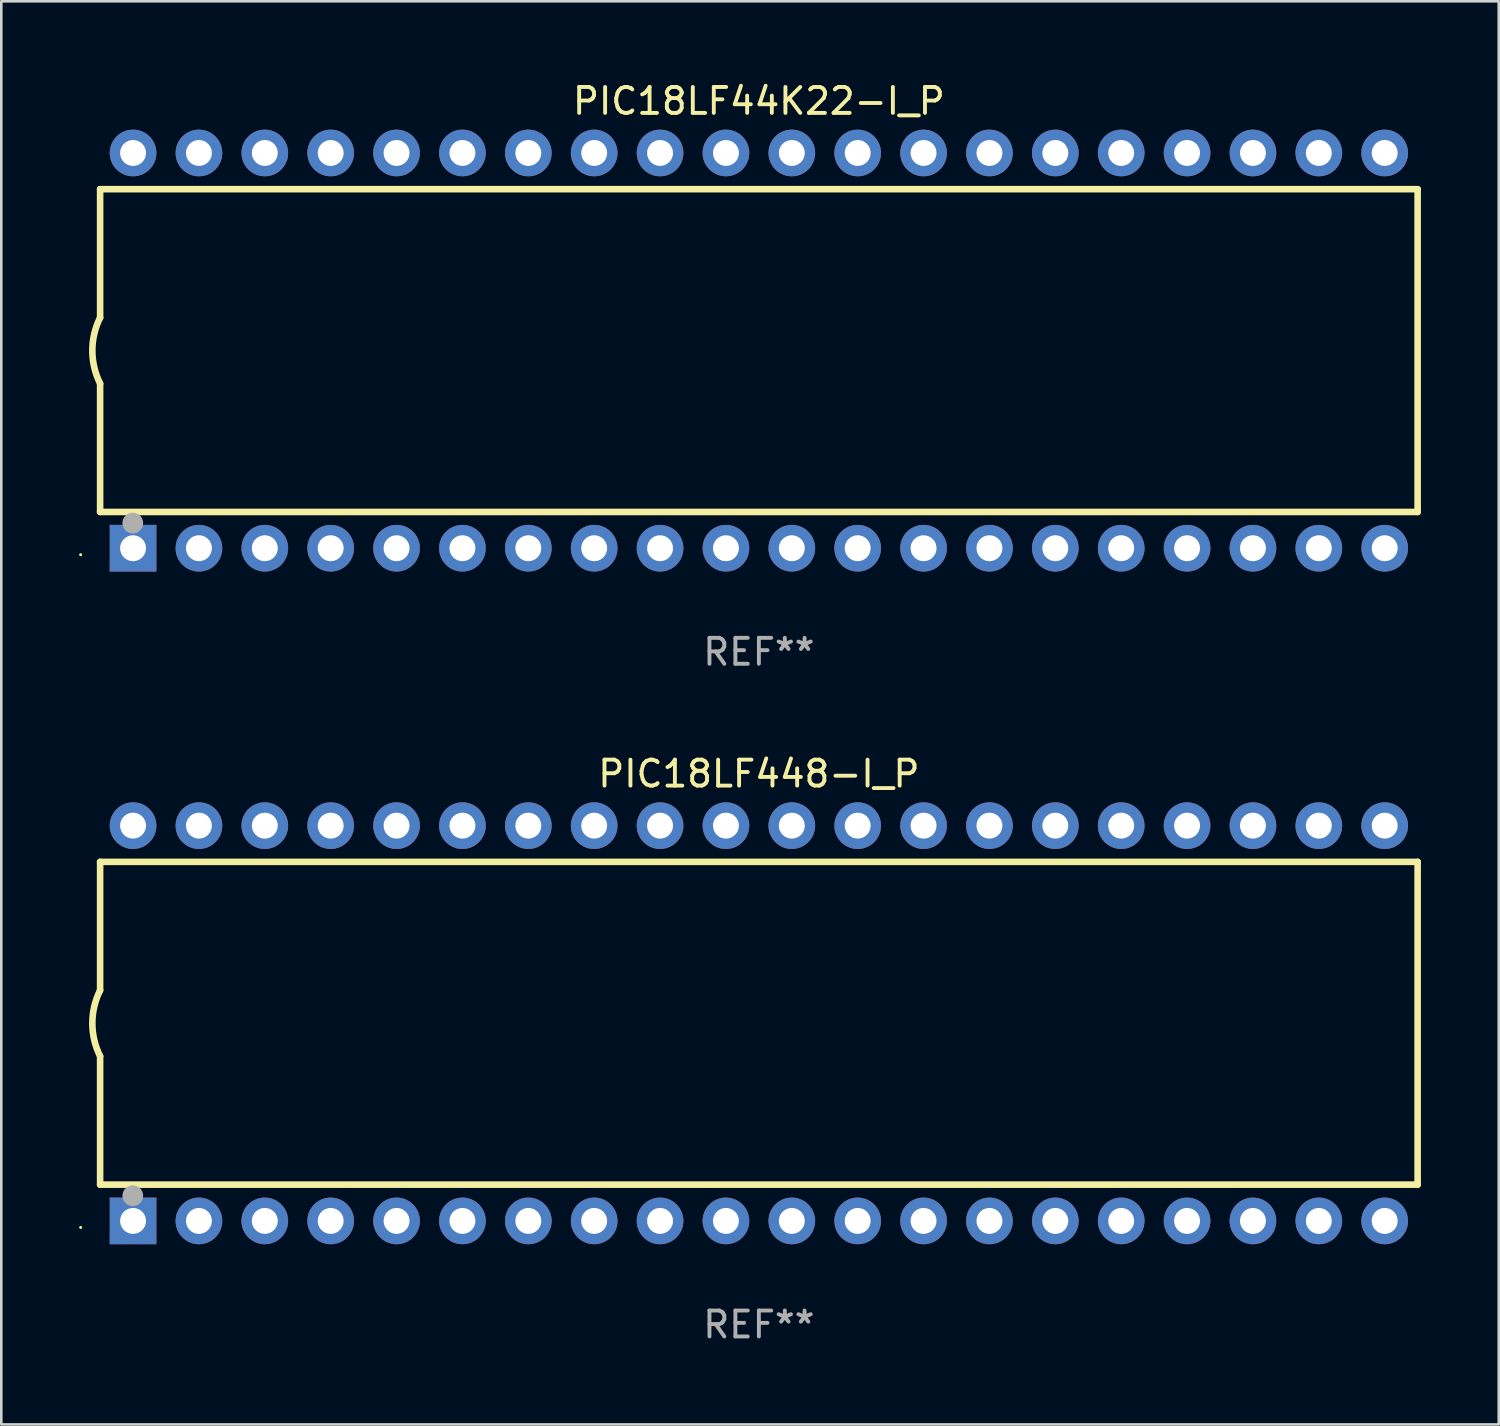
<source format=kicad_pcb>
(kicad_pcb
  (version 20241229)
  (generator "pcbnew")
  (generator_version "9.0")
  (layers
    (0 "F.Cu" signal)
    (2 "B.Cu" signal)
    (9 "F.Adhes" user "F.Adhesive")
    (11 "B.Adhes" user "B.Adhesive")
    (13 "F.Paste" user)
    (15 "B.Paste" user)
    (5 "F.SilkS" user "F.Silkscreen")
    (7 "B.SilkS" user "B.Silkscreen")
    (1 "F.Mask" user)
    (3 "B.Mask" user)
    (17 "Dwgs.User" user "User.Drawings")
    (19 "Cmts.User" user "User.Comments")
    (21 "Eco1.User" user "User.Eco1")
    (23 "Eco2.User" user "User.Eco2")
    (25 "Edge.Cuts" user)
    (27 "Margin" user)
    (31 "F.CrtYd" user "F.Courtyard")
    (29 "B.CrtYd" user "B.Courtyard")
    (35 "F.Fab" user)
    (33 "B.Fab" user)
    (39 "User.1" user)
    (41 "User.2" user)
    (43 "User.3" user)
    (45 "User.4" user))
  (footprint "PIC18LF44K22-I_P"
    (layer "F.Cu")
    (at 26.21 10.468)
    (property "Reference" "PIC18LF44K22-I_P" (at 0 -9.62 0) (layer "F.SilkS") (effects (font (size 1 1) (thickness 0.15))))
    (attr through_hole)
    (fp_line (start -25.4 -6.224) (end -25.4 -1.271) (stroke (width 0.254) (type solid)) (layer "F.SilkS"))
    (fp_line (start -25.4 -6.224) (end 25.4 -6.224) (stroke (width 0.254) (type solid)) (layer "F.SilkS"))
    (fp_line (start -25.4 1.269) (end -25.4 6.222) (stroke (width 0.254) (type solid)) (layer "F.SilkS"))
    (fp_line (start -25.4 6.222) (end 25.4 6.222) (stroke (width 0.254) (type solid)) (layer "F.SilkS"))
    (fp_line (start 25.4 6.222) (end 25.4 -6.224) (stroke (width 0.254) (type solid)) (layer "F.SilkS"))
    (fp_arc (start -25.4 1.269241) (mid -25.699807 -0.000762) (end -25.4 -1.270765) (stroke (width 0.254001) (type solid)) (layer "F.SilkS"))
    (fp_circle (center -26.15 7.87) (end -26.12 7.87) (stroke (width 0.06) (type solid)) (fill no) (layer "F.SilkS"))
    (fp_circle (center -24.14 6.65) (end -23.94 6.65) (stroke (width 0.4) (type solid)) (fill no) (layer "F.Fab"))
    (fp_text user "REF**" (at 0 11.62 0) (layer "F.Fab") (effects (font (size 1 1) (thickness 0.15))))
    (pad "1" thru_hole rect (at -24.13 7.62 90) (size 1.8 1.8) (drill 1) (layers "*.Cu" "*.Mask"))
    (pad "2" thru_hole circle (at -21.59 7.62) (size 1.8 1.8) (drill 1) (layers "*.Cu" "*.Mask"))
    (pad "3" thru_hole circle (at -19.05 7.62) (size 1.8 1.8) (drill 1) (layers "*.Cu" "*.Mask"))
    (pad "4" thru_hole circle (at -16.51 7.62) (size 1.8 1.8) (drill 1) (layers "*.Cu" "*.Mask"))
    (pad "5" thru_hole circle (at -13.97 7.62) (size 1.8 1.8) (drill 1) (layers "*.Cu" "*.Mask"))
    (pad "6" thru_hole circle (at -11.43 7.62) (size 1.8 1.8) (drill 1) (layers "*.Cu" "*.Mask"))
    (pad "7" thru_hole circle (at -8.89 7.62) (size 1.8 1.8) (drill 1) (layers "*.Cu" "*.Mask"))
    (pad "8" thru_hole circle (at -6.35 7.62) (size 1.8 1.8) (drill 1) (layers "*.Cu" "*.Mask"))
    (pad "9" thru_hole circle (at -3.81 7.62) (size 1.8 1.8) (drill 1) (layers "*.Cu" "*.Mask"))
    (pad "10" thru_hole circle (at -1.27 7.62) (size 1.8 1.8) (drill 1) (layers "*.Cu" "*.Mask"))
    (pad "11" thru_hole circle (at 1.27 7.62) (size 1.8 1.8) (drill 1) (layers "*.Cu" "*.Mask"))
    (pad "12" thru_hole circle (at 3.81 7.62) (size 1.8 1.8) (drill 1) (layers "*.Cu" "*.Mask"))
    (pad "13" thru_hole circle (at 6.35 7.62) (size 1.8 1.8) (drill 1) (layers "*.Cu" "*.Mask"))
    (pad "14" thru_hole circle (at 8.89 7.62) (size 1.8 1.8) (drill 1) (layers "*.Cu" "*.Mask"))
    (pad "15" thru_hole circle (at 11.43 7.62) (size 1.8 1.8) (drill 1) (layers "*.Cu" "*.Mask"))
    (pad "16" thru_hole circle (at 13.97 7.62) (size 1.8 1.8) (drill 1) (layers "*.Cu" "*.Mask"))
    (pad "17" thru_hole circle (at 16.51 7.62) (size 1.8 1.8) (drill 1) (layers "*.Cu" "*.Mask"))
    (pad "18" thru_hole circle (at 19.05 7.62) (size 1.8 1.8) (drill 1) (layers "*.Cu" "*.Mask"))
    (pad "19" thru_hole circle (at 21.59 7.62) (size 1.8 1.8) (drill 1) (layers "*.Cu" "*.Mask"))
    (pad "20" thru_hole circle (at 24.13 7.62) (size 1.8 1.8) (drill 1) (layers "*.Cu" "*.Mask"))
    (pad "21" thru_hole circle (at 24.13 -7.62) (size 1.8 1.8) (drill 1) (layers "*.Cu" "*.Mask"))
    (pad "22" thru_hole circle (at 21.59 -7.62) (size 1.8 1.8) (drill 1) (layers "*.Cu" "*.Mask"))
    (pad "23" thru_hole circle (at 19.05 -7.62) (size 1.8 1.8) (drill 1) (layers "*.Cu" "*.Mask"))
    (pad "24" thru_hole circle (at 16.51 -7.62) (size 1.8 1.8) (drill 1) (layers "*.Cu" "*.Mask"))
    (pad "25" thru_hole circle (at 13.97 -7.62) (size 1.8 1.8) (drill 1) (layers "*.Cu" "*.Mask"))
    (pad "26" thru_hole circle (at 11.43 -7.62) (size 1.8 1.8) (drill 1) (layers "*.Cu" "*.Mask"))
    (pad "27" thru_hole circle (at 8.89 -7.62) (size 1.8 1.8) (drill 1) (layers "*.Cu" "*.Mask"))
    (pad "28" thru_hole circle (at 6.35 -7.62) (size 1.8 1.8) (drill 1) (layers "*.Cu" "*.Mask"))
    (pad "29" thru_hole circle (at 3.81 -7.62) (size 1.8 1.8) (drill 1) (layers "*.Cu" "*.Mask"))
    (pad "30" thru_hole circle (at 1.27 -7.62) (size 1.8 1.8) (drill 1) (layers "*.Cu" "*.Mask"))
    (pad "31" thru_hole circle (at -1.27 -7.62) (size 1.8 1.8) (drill 1) (layers "*.Cu" "*.Mask"))
    (pad "32" thru_hole circle (at -3.81 -7.62) (size 1.8 1.8) (drill 1) (layers "*.Cu" "*.Mask"))
    (pad "33" thru_hole circle (at -6.35 -7.62) (size 1.8 1.8) (drill 1) (layers "*.Cu" "*.Mask"))
    (pad "34" thru_hole circle (at -8.89 -7.62) (size 1.8 1.8) (drill 1) (layers "*.Cu" "*.Mask"))
    (pad "35" thru_hole circle (at -11.43 -7.62) (size 1.8 1.8) (drill 1) (layers "*.Cu" "*.Mask"))
    (pad "36" thru_hole circle (at -13.97 -7.62) (size 1.8 1.8) (drill 1) (layers "*.Cu" "*.Mask"))
    (pad "37" thru_hole circle (at -16.51 -7.62) (size 1.8 1.8) (drill 1) (layers "*.Cu" "*.Mask"))
    (pad "38" thru_hole circle (at -19.05 -7.62) (size 1.8 1.8) (drill 1) (layers "*.Cu" "*.Mask"))
    (pad "39" thru_hole circle (at -21.59 -7.62) (size 1.8 1.8) (drill 1) (layers "*.Cu" "*.Mask"))
    (pad "40" thru_hole circle (at -24.13 -7.62) (size 1.8 1.8) (drill 1) (layers "*.Cu" "*.Mask")))
  (footprint "PIC18LF448-I_P"
    (layer "F.Cu")
    (at 26.21 36.405)
    (property "Reference" "PIC18LF448-I_P" (at 0 -9.62 0) (layer "F.SilkS") (effects (font (size 1 1) (thickness 0.15))))
    (attr through_hole)
    (fp_line (start -25.4 -6.224) (end -25.4 -1.271) (stroke (width 0.254) (type solid)) (layer "F.SilkS"))
    (fp_line (start -25.4 -6.224) (end 25.4 -6.224) (stroke (width 0.254) (type solid)) (layer "F.SilkS"))
    (fp_line (start -25.4 1.269) (end -25.4 6.222) (stroke (width 0.254) (type solid)) (layer "F.SilkS"))
    (fp_line (start -25.4 6.222) (end 25.4 6.222) (stroke (width 0.254) (type solid)) (layer "F.SilkS"))
    (fp_line (start 25.4 6.222) (end 25.4 -6.224) (stroke (width 0.254) (type solid)) (layer "F.SilkS"))
    (fp_arc (start -25.4 1.269241) (mid -25.699807 -0.000762) (end -25.4 -1.270765) (stroke (width 0.254001) (type solid)) (layer "F.SilkS"))
    (fp_circle (center -26.15 7.87) (end -26.12 7.87) (stroke (width 0.06) (type solid)) (fill no) (layer "F.SilkS"))
    (fp_circle (center -24.14 6.65) (end -23.94 6.65) (stroke (width 0.4) (type solid)) (fill no) (layer "F.Fab"))
    (fp_text user "REF**" (at 0 11.62 0) (layer "F.Fab") (effects (font (size 1 1) (thickness 0.15))))
    (pad "1" thru_hole rect (at -24.13 7.62 90) (size 1.8 1.8) (drill 1) (layers "*.Cu" "*.Mask"))
    (pad "2" thru_hole circle (at -21.59 7.62) (size 1.8 1.8) (drill 1) (layers "*.Cu" "*.Mask"))
    (pad "3" thru_hole circle (at -19.05 7.62) (size 1.8 1.8) (drill 1) (layers "*.Cu" "*.Mask"))
    (pad "4" thru_hole circle (at -16.51 7.62) (size 1.8 1.8) (drill 1) (layers "*.Cu" "*.Mask"))
    (pad "5" thru_hole circle (at -13.97 7.62) (size 1.8 1.8) (drill 1) (layers "*.Cu" "*.Mask"))
    (pad "6" thru_hole circle (at -11.43 7.62) (size 1.8 1.8) (drill 1) (layers "*.Cu" "*.Mask"))
    (pad "7" thru_hole circle (at -8.89 7.62) (size 1.8 1.8) (drill 1) (layers "*.Cu" "*.Mask"))
    (pad "8" thru_hole circle (at -6.35 7.62) (size 1.8 1.8) (drill 1) (layers "*.Cu" "*.Mask"))
    (pad "9" thru_hole circle (at -3.81 7.62) (size 1.8 1.8) (drill 1) (layers "*.Cu" "*.Mask"))
    (pad "10" thru_hole circle (at -1.27 7.62) (size 1.8 1.8) (drill 1) (layers "*.Cu" "*.Mask"))
    (pad "11" thru_hole circle (at 1.27 7.62) (size 1.8 1.8) (drill 1) (layers "*.Cu" "*.Mask"))
    (pad "12" thru_hole circle (at 3.81 7.62) (size 1.8 1.8) (drill 1) (layers "*.Cu" "*.Mask"))
    (pad "13" thru_hole circle (at 6.35 7.62) (size 1.8 1.8) (drill 1) (layers "*.Cu" "*.Mask"))
    (pad "14" thru_hole circle (at 8.89 7.62) (size 1.8 1.8) (drill 1) (layers "*.Cu" "*.Mask"))
    (pad "15" thru_hole circle (at 11.43 7.62) (size 1.8 1.8) (drill 1) (layers "*.Cu" "*.Mask"))
    (pad "16" thru_hole circle (at 13.97 7.62) (size 1.8 1.8) (drill 1) (layers "*.Cu" "*.Mask"))
    (pad "17" thru_hole circle (at 16.51 7.62) (size 1.8 1.8) (drill 1) (layers "*.Cu" "*.Mask"))
    (pad "18" thru_hole circle (at 19.05 7.62) (size 1.8 1.8) (drill 1) (layers "*.Cu" "*.Mask"))
    (pad "19" thru_hole circle (at 21.59 7.62) (size 1.8 1.8) (drill 1) (layers "*.Cu" "*.Mask"))
    (pad "20" thru_hole circle (at 24.13 7.62) (size 1.8 1.8) (drill 1) (layers "*.Cu" "*.Mask"))
    (pad "21" thru_hole circle (at 24.13 -7.62) (size 1.8 1.8) (drill 1) (layers "*.Cu" "*.Mask"))
    (pad "22" thru_hole circle (at 21.59 -7.62) (size 1.8 1.8) (drill 1) (layers "*.Cu" "*.Mask"))
    (pad "23" thru_hole circle (at 19.05 -7.62) (size 1.8 1.8) (drill 1) (layers "*.Cu" "*.Mask"))
    (pad "24" thru_hole circle (at 16.51 -7.62) (size 1.8 1.8) (drill 1) (layers "*.Cu" "*.Mask"))
    (pad "25" thru_hole circle (at 13.97 -7.62) (size 1.8 1.8) (drill 1) (layers "*.Cu" "*.Mask"))
    (pad "26" thru_hole circle (at 11.43 -7.62) (size 1.8 1.8) (drill 1) (layers "*.Cu" "*.Mask"))
    (pad "27" thru_hole circle (at 8.89 -7.62) (size 1.8 1.8) (drill 1) (layers "*.Cu" "*.Mask"))
    (pad "28" thru_hole circle (at 6.35 -7.62) (size 1.8 1.8) (drill 1) (layers "*.Cu" "*.Mask"))
    (pad "29" thru_hole circle (at 3.81 -7.62) (size 1.8 1.8) (drill 1) (layers "*.Cu" "*.Mask"))
    (pad "30" thru_hole circle (at 1.27 -7.62) (size 1.8 1.8) (drill 1) (layers "*.Cu" "*.Mask"))
    (pad "31" thru_hole circle (at -1.27 -7.62) (size 1.8 1.8) (drill 1) (layers "*.Cu" "*.Mask"))
    (pad "32" thru_hole circle (at -3.81 -7.62) (size 1.8 1.8) (drill 1) (layers "*.Cu" "*.Mask"))
    (pad "33" thru_hole circle (at -6.35 -7.62) (size 1.8 1.8) (drill 1) (layers "*.Cu" "*.Mask"))
    (pad "34" thru_hole circle (at -8.89 -7.62) (size 1.8 1.8) (drill 1) (layers "*.Cu" "*.Mask"))
    (pad "35" thru_hole circle (at -11.43 -7.62) (size 1.8 1.8) (drill 1) (layers "*.Cu" "*.Mask"))
    (pad "36" thru_hole circle (at -13.97 -7.62) (size 1.8 1.8) (drill 1) (layers "*.Cu" "*.Mask"))
    (pad "37" thru_hole circle (at -16.51 -7.62) (size 1.8 1.8) (drill 1) (layers "*.Cu" "*.Mask"))
    (pad "38" thru_hole circle (at -19.05 -7.62) (size 1.8 1.8) (drill 1) (layers "*.Cu" "*.Mask"))
    (pad "39" thru_hole circle (at -21.59 -7.62) (size 1.8 1.8) (drill 1) (layers "*.Cu" "*.Mask"))
    (pad "40" thru_hole circle (at -24.13 -7.62) (size 1.8 1.8) (drill 1) (layers "*.Cu" "*.Mask")))
  (gr_rect
    (start -3 -3)
    (end 54.737 51.873)
    (stroke (width 0.1) (type default))
    (fill no)
    (layer "Edge.Cuts")))
</source>
